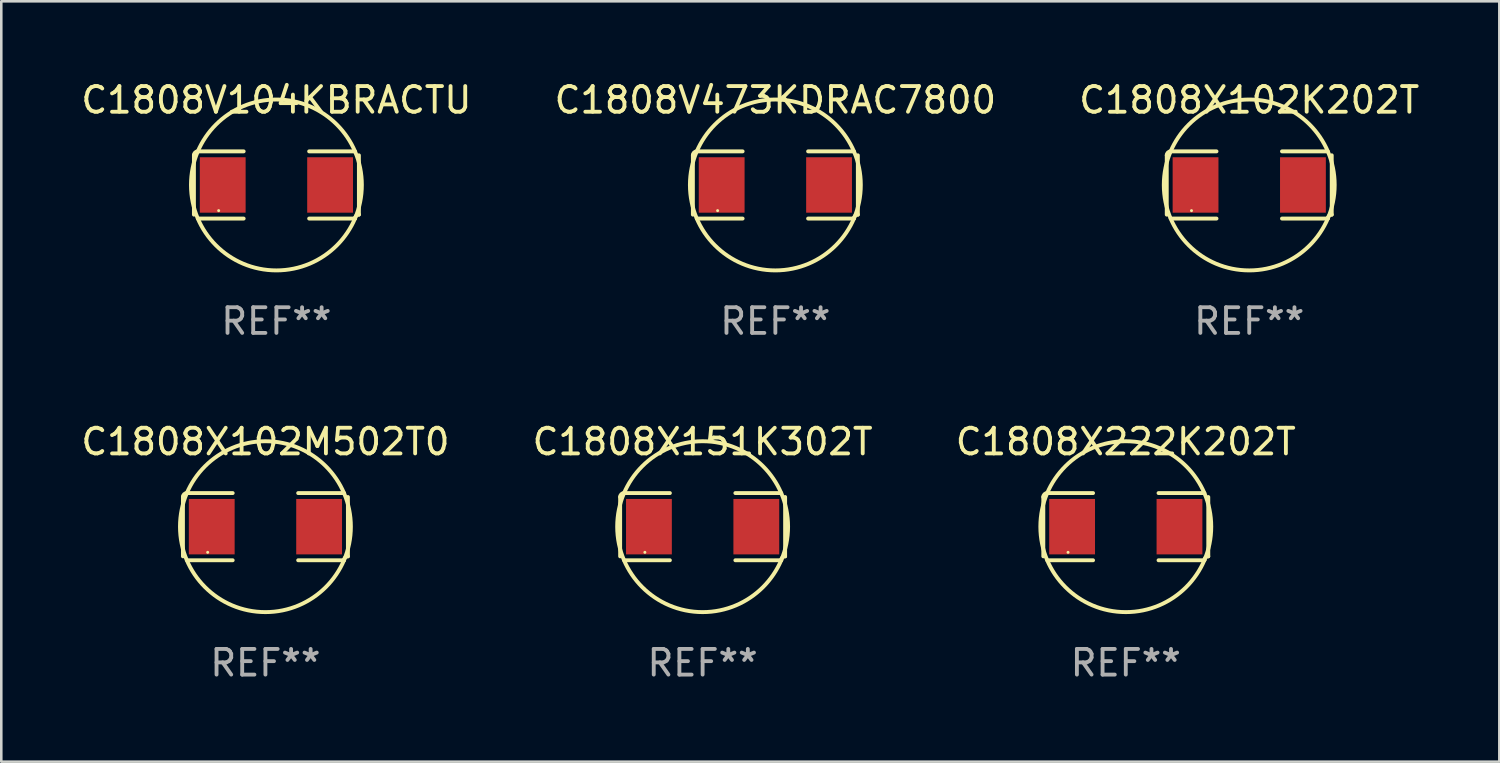
<source format=kicad_pcb>
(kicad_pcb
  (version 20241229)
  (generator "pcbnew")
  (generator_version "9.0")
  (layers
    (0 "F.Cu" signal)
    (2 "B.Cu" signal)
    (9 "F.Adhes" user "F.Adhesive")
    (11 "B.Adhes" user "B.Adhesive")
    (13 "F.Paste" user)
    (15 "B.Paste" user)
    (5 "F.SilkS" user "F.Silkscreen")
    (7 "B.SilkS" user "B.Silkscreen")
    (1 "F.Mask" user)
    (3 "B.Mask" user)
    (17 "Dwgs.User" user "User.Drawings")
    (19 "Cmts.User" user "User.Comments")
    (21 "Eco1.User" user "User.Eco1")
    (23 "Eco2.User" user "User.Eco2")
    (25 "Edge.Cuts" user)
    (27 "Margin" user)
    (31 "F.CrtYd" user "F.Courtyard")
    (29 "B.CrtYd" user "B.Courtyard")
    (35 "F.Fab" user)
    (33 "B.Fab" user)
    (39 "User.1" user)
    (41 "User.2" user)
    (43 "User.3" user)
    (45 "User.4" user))
  (footprint "C1808X102M502T0"
    (layer "F.Cu")
    (at 7.292 17.471)
    (property "Reference" "C1808X102M502T0" (at 0 -3.309 0) (layer "F.SilkS") (effects (font (size 1 1) (thickness 0.15))))
    (attr through_hole)
    (fp_line (start -3.214 -1.156) (end -3.214 1.156) (stroke (width 0.152) (type solid)) (layer "F.SilkS"))
    (fp_line (start -3.061 1.309) (end -1.276 1.309) (stroke (width 0.152) (type solid)) (layer "F.SilkS"))
    (fp_line (start -1.276 -1.309) (end -3.061 -1.309) (stroke (width 0.152) (type solid)) (layer "F.SilkS"))
    (fp_line (start 1.276 -1.309) (end 3.061 -1.309) (stroke (width 0.152) (type solid)) (layer "F.SilkS"))
    (fp_line (start 3.061 1.309) (end 1.276 1.309) (stroke (width 0.152) (type solid)) (layer "F.SilkS"))
    (fp_line (start 3.214 -1.156) (end 3.214 1.156) (stroke (width 0.152) (type solid)) (layer "F.SilkS"))
    (fp_arc (start -3.21359 -1.15621) (mid -3.168953 -1.263974) (end -3.061189 -1.308611) (stroke (width 0.1524) (type solid)) (layer "F.SilkS"))
    (fp_arc (start 3.061188 1.308611) (mid 3.105825 1.200847) (end 3.213589 1.15621) (stroke (width 0.1524) (type solid)) (layer "F.SilkS"))
    (fp_arc (start 3.061189 -1.308611) (mid -3.061167 1.308589) (end 3.061189 -1.308611) (stroke (width 0.1524) (type solid)) (layer "F.SilkS"))
    (fp_circle (center -2.25 1) (end -2.22 1) (stroke (width 0.06) (type solid)) (fill no) (layer "F.SilkS"))
    (fp_text user "REF**" (at 0 5.309 0) (layer "F.Fab") (effects (font (size 1 1) (thickness 0.15))))
    (pad "1" smd rect (at -2.092 0) (size 1.785 2.16) (layers "F.Cu" "F.Mask" "F.Paste"))
    (pad "2" smd rect (at 2.092 0) (size 1.785 2.16) (layers "F.Cu" "F.Mask" "F.Paste")))
  (footprint "C1808V104KBRACTU"
    (layer "F.Cu")
    (at 7.72 4.157)
    (property "Reference" "C1808V104KBRACTU" (at 0 -3.309 0) (layer "F.SilkS") (effects (font (size 1 1) (thickness 0.15))))
    (attr through_hole)
    (fp_line (start -3.214 -1.156) (end -3.214 1.156) (stroke (width 0.152) (type solid)) (layer "F.SilkS"))
    (fp_line (start -3.061 1.309) (end -1.276 1.309) (stroke (width 0.152) (type solid)) (layer "F.SilkS"))
    (fp_line (start -1.276 -1.309) (end -3.061 -1.309) (stroke (width 0.152) (type solid)) (layer "F.SilkS"))
    (fp_line (start 1.276 -1.309) (end 3.061 -1.309) (stroke (width 0.152) (type solid)) (layer "F.SilkS"))
    (fp_line (start 3.061 1.309) (end 1.276 1.309) (stroke (width 0.152) (type solid)) (layer "F.SilkS"))
    (fp_line (start 3.214 -1.156) (end 3.214 1.156) (stroke (width 0.152) (type solid)) (layer "F.SilkS"))
    (fp_arc (start -3.21359 -1.15621) (mid -3.168953 -1.263974) (end -3.061189 -1.308611) (stroke (width 0.1524) (type solid)) (layer "F.SilkS"))
    (fp_arc (start 3.061188 1.308611) (mid 3.105825 1.200847) (end 3.213589 1.15621) (stroke (width 0.1524) (type solid)) (layer "F.SilkS"))
    (fp_arc (start 3.061189 -1.308611) (mid -3.061167 1.308589) (end 3.061189 -1.308611) (stroke (width 0.1524) (type solid)) (layer "F.SilkS"))
    (fp_circle (center -2.25 1) (end -2.22 1) (stroke (width 0.06) (type solid)) (fill no) (layer "F.SilkS"))
    (fp_text user "REF**" (at 0 5.309 0) (layer "F.Fab") (effects (font (size 1 1) (thickness 0.15))))
    (pad "1" smd rect (at -2.092 0) (size 1.785 2.16) (layers "F.Cu" "F.Mask" "F.Paste"))
    (pad "2" smd rect (at 2.092 0) (size 1.785 2.16) (layers "F.Cu" "F.Mask" "F.Paste")))
  (footprint "C1808X151K302T"
    (layer "F.Cu")
    (at 24.327 17.471)
    (property "Reference" "C1808X151K302T" (at 0 -3.309 0) (layer "F.SilkS") (effects (font (size 1 1) (thickness 0.15))))
    (attr through_hole)
    (fp_line (start -3.214 -1.156) (end -3.214 1.156) (stroke (width 0.152) (type solid)) (layer "F.SilkS"))
    (fp_line (start -3.061 1.309) (end -1.276 1.309) (stroke (width 0.152) (type solid)) (layer "F.SilkS"))
    (fp_line (start -1.276 -1.309) (end -3.061 -1.309) (stroke (width 0.152) (type solid)) (layer "F.SilkS"))
    (fp_line (start 1.276 -1.309) (end 3.061 -1.309) (stroke (width 0.152) (type solid)) (layer "F.SilkS"))
    (fp_line (start 3.061 1.309) (end 1.276 1.309) (stroke (width 0.152) (type solid)) (layer "F.SilkS"))
    (fp_line (start 3.214 -1.156) (end 3.214 1.156) (stroke (width 0.152) (type solid)) (layer "F.SilkS"))
    (fp_arc (start -3.21359 -1.15621) (mid -3.168953 -1.263974) (end -3.061189 -1.308611) (stroke (width 0.1524) (type solid)) (layer "F.SilkS"))
    (fp_arc (start 3.061188 1.308611) (mid 3.105825 1.200847) (end 3.213589 1.15621) (stroke (width 0.1524) (type solid)) (layer "F.SilkS"))
    (fp_arc (start 3.061189 -1.308611) (mid -3.061167 1.308589) (end 3.061189 -1.308611) (stroke (width 0.1524) (type solid)) (layer "F.SilkS"))
    (fp_circle (center -2.25 1) (end -2.22 1) (stroke (width 0.06) (type solid)) (fill no) (layer "F.SilkS"))
    (fp_text user "REF**" (at 0 5.309 0) (layer "F.Fab") (effects (font (size 1 1) (thickness 0.15))))
    (pad "1" smd rect (at -2.092 0) (size 1.785 2.16) (layers "F.Cu" "F.Mask" "F.Paste"))
    (pad "2" smd rect (at 2.092 0) (size 1.785 2.16) (layers "F.Cu" "F.Mask" "F.Paste")))
  (footprint "C1808X102K202T"
    (layer "F.Cu")
    (at 45.625 4.157)
    (property "Reference" "C1808X102K202T" (at 0 -3.309 0) (layer "F.SilkS") (effects (font (size 1 1) (thickness 0.15))))
    (attr through_hole)
    (fp_line (start -3.214 -1.156) (end -3.214 1.156) (stroke (width 0.152) (type solid)) (layer "F.SilkS"))
    (fp_line (start -3.061 1.309) (end -1.276 1.309) (stroke (width 0.152) (type solid)) (layer "F.SilkS"))
    (fp_line (start -1.276 -1.309) (end -3.061 -1.309) (stroke (width 0.152) (type solid)) (layer "F.SilkS"))
    (fp_line (start 1.276 -1.309) (end 3.061 -1.309) (stroke (width 0.152) (type solid)) (layer "F.SilkS"))
    (fp_line (start 3.061 1.309) (end 1.276 1.309) (stroke (width 0.152) (type solid)) (layer "F.SilkS"))
    (fp_line (start 3.214 -1.156) (end 3.214 1.156) (stroke (width 0.152) (type solid)) (layer "F.SilkS"))
    (fp_arc (start -3.21359 -1.15621) (mid -3.168953 -1.263974) (end -3.061189 -1.308611) (stroke (width 0.1524) (type solid)) (layer "F.SilkS"))
    (fp_arc (start 3.061188 1.308611) (mid 3.105825 1.200847) (end 3.213589 1.15621) (stroke (width 0.1524) (type solid)) (layer "F.SilkS"))
    (fp_arc (start 3.061189 -1.308611) (mid -3.061167 1.308589) (end 3.061189 -1.308611) (stroke (width 0.1524) (type solid)) (layer "F.SilkS"))
    (fp_circle (center -2.25 1) (end -2.22 1) (stroke (width 0.06) (type solid)) (fill no) (layer "F.SilkS"))
    (fp_text user "REF**" (at 0 5.309 0) (layer "F.Fab") (effects (font (size 1 1) (thickness 0.15))))
    (pad "1" smd rect (at -2.092 0) (size 1.785 2.16) (layers "F.Cu" "F.Mask" "F.Paste"))
    (pad "2" smd rect (at 2.092 0) (size 1.785 2.16) (layers "F.Cu" "F.Mask" "F.Paste")))
  (footprint "C1808X222K202T"
    (layer "F.Cu")
    (at 40.815 17.471)
    (property "Reference" "C1808X222K202T" (at 0 -3.309 0) (layer "F.SilkS") (effects (font (size 1 1) (thickness 0.15))))
    (attr through_hole)
    (fp_line (start -3.214 -1.156) (end -3.214 1.156) (stroke (width 0.152) (type solid)) (layer "F.SilkS"))
    (fp_line (start -3.061 1.309) (end -1.276 1.309) (stroke (width 0.152) (type solid)) (layer "F.SilkS"))
    (fp_line (start -1.276 -1.309) (end -3.061 -1.309) (stroke (width 0.152) (type solid)) (layer "F.SilkS"))
    (fp_line (start 1.276 -1.309) (end 3.061 -1.309) (stroke (width 0.152) (type solid)) (layer "F.SilkS"))
    (fp_line (start 3.061 1.309) (end 1.276 1.309) (stroke (width 0.152) (type solid)) (layer "F.SilkS"))
    (fp_line (start 3.214 -1.156) (end 3.214 1.156) (stroke (width 0.152) (type solid)) (layer "F.SilkS"))
    (fp_arc (start -3.21359 -1.15621) (mid -3.168953 -1.263974) (end -3.061189 -1.308611) (stroke (width 0.1524) (type solid)) (layer "F.SilkS"))
    (fp_arc (start 3.061188 1.308611) (mid 3.105825 1.200847) (end 3.213589 1.15621) (stroke (width 0.1524) (type solid)) (layer "F.SilkS"))
    (fp_arc (start 3.061189 -1.308611) (mid -3.061167 1.308589) (end 3.061189 -1.308611) (stroke (width 0.1524) (type solid)) (layer "F.SilkS"))
    (fp_circle (center -2.25 1) (end -2.22 1) (stroke (width 0.06) (type solid)) (fill no) (layer "F.SilkS"))
    (fp_text user "REF**" (at 0 5.309 0) (layer "F.Fab") (effects (font (size 1 1) (thickness 0.15))))
    (pad "1" smd rect (at -2.092 0) (size 1.785 2.16) (layers "F.Cu" "F.Mask" "F.Paste"))
    (pad "2" smd rect (at 2.092 0) (size 1.785 2.16) (layers "F.Cu" "F.Mask" "F.Paste")))
  (footprint "C1808V473KDRAC7800"
    (layer "F.Cu")
    (at 27.161 4.157)
    (property "Reference" "C1808V473KDRAC7800" (at 0 -3.309 0) (layer "F.SilkS") (effects (font (size 1 1) (thickness 0.15))))
    (attr through_hole)
    (fp_line (start -3.214 -1.156) (end -3.214 1.156) (stroke (width 0.152) (type solid)) (layer "F.SilkS"))
    (fp_line (start -3.061 1.309) (end -1.276 1.309) (stroke (width 0.152) (type solid)) (layer "F.SilkS"))
    (fp_line (start -1.276 -1.309) (end -3.061 -1.309) (stroke (width 0.152) (type solid)) (layer "F.SilkS"))
    (fp_line (start 1.276 -1.309) (end 3.061 -1.309) (stroke (width 0.152) (type solid)) (layer "F.SilkS"))
    (fp_line (start 3.061 1.309) (end 1.276 1.309) (stroke (width 0.152) (type solid)) (layer "F.SilkS"))
    (fp_line (start 3.214 -1.156) (end 3.214 1.156) (stroke (width 0.152) (type solid)) (layer "F.SilkS"))
    (fp_arc (start -3.21359 -1.15621) (mid -3.168953 -1.263974) (end -3.061189 -1.308611) (stroke (width 0.1524) (type solid)) (layer "F.SilkS"))
    (fp_arc (start 3.061188 1.308611) (mid 3.105825 1.200847) (end 3.213589 1.15621) (stroke (width 0.1524) (type solid)) (layer "F.SilkS"))
    (fp_arc (start 3.061189 -1.308611) (mid -3.061167 1.308589) (end 3.061189 -1.308611) (stroke (width 0.1524) (type solid)) (layer "F.SilkS"))
    (fp_circle (center -2.25 1) (end -2.22 1) (stroke (width 0.06) (type solid)) (fill no) (layer "F.SilkS"))
    (fp_text user "REF**" (at 0 5.309 0) (layer "F.Fab") (effects (font (size 1 1) (thickness 0.15))))
    (pad "1" smd rect (at -2.092 0) (size 1.785 2.16) (layers "F.Cu" "F.Mask" "F.Paste"))
    (pad "2" smd rect (at 2.092 0) (size 1.785 2.16) (layers "F.Cu" "F.Mask" "F.Paste")))
  (gr_rect
    (start -3 -3)
    (end 55.369 26.627)
    (stroke (width 0.1) (type default))
    (fill no)
    (layer "Edge.Cuts")))
</source>
